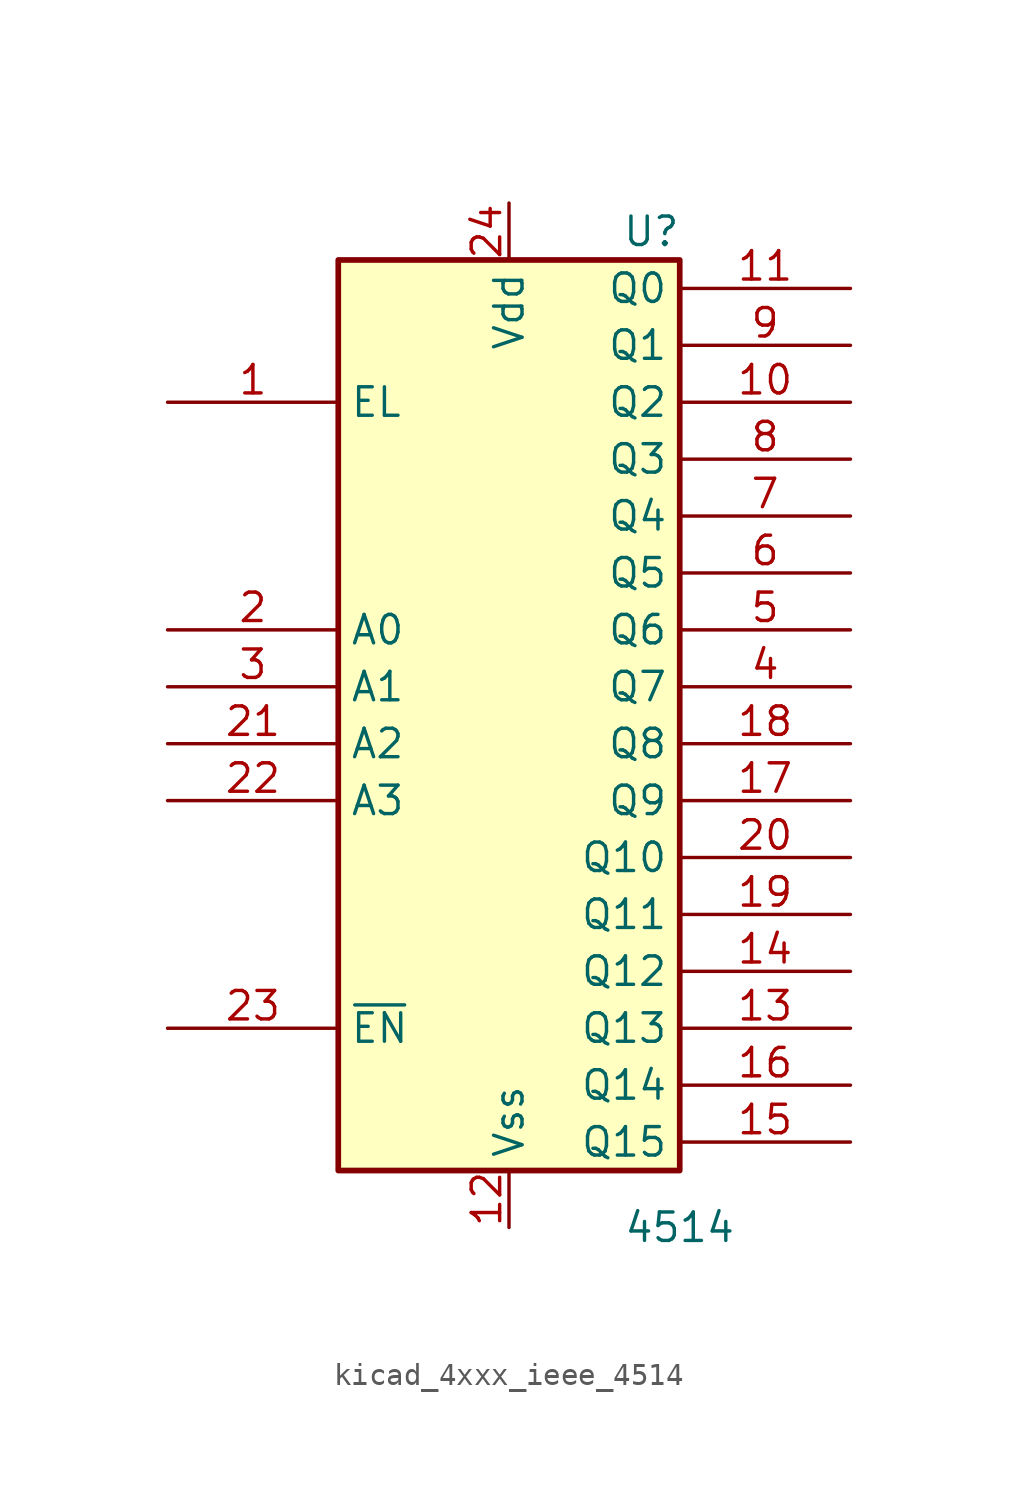
<source format=kicad_sym>
(kicad_symbol_lib
  (version 20220914)
  (generator kicad_symbol_editor)
  (symbol "kicad_4xxx_ieee_4514"
    (property "Reference" "U"
      (at 6.35 21.59 0)
      (effects (font (size 1.27 1.27))))
    (property "Value" "4514"
      (at 7.62 -22.86 0)
      (effects (font (size 1.27 1.27))))
    (symbol "kicad_4xxx_ieee_4514_0_1"
      (rectangle (start 7.62 20.32) (end -7.62 -20.32) (stroke (width 0.254) (type default)) (fill (type background))))
    (symbol "kicad_4xxx_ieee_4514_1_1"
      (pin input line (at -15.24 13.97 0) (length 7.62) (name "EL" (effects (font (size 1.27 1.27)))) (number "1" (effects (font (size 1.27 1.27)))))
      (pin output line (at 15.24 13.97 180) (length 7.62) (name "Q2" (effects (font (size 1.27 1.27)))) (number "10" (effects (font (size 1.27 1.27)))))
      (pin output line (at 15.24 19.05 180) (length 7.62) (name "Q0" (effects (font (size 1.27 1.27)))) (number "11" (effects (font (size 1.27 1.27)))))
      (pin power_in line (at 0 -22.86 90) (length 2.54) (name "Vss" (effects (font (size 1.27 1.27)))) (number "12" (effects (font (size 1.27 1.27)))))
      (pin output line (at 15.24 -13.97 180) (length 7.62) (name "Q13" (effects (font (size 1.27 1.27)))) (number "13" (effects (font (size 1.27 1.27)))))
      (pin output line (at 15.24 -11.43 180) (length 7.62) (name "Q12" (effects (font (size 1.27 1.27)))) (number "14" (effects (font (size 1.27 1.27)))))
      (pin output line (at 15.24 -19.05 180) (length 7.62) (name "Q15" (effects (font (size 1.27 1.27)))) (number "15" (effects (font (size 1.27 1.27)))))
      (pin output line (at 15.24 -16.51 180) (length 7.62) (name "Q14" (effects (font (size 1.27 1.27)))) (number "16" (effects (font (size 1.27 1.27)))))
      (pin output line (at 15.24 -3.81 180) (length 7.62) (name "Q9" (effects (font (size 1.27 1.27)))) (number "17" (effects (font (size 1.27 1.27)))))
      (pin output line (at 15.24 -1.27 180) (length 7.62) (name "Q8" (effects (font (size 1.27 1.27)))) (number "18" (effects (font (size 1.27 1.27)))))
      (pin output line (at 15.24 -8.89 180) (length 7.62) (name "Q11" (effects (font (size 1.27 1.27)))) (number "19" (effects (font (size 1.27 1.27)))))
      (pin input line (at -15.24 3.81 0) (length 7.62) (name "A0" (effects (font (size 1.27 1.27)))) (number "2" (effects (font (size 1.27 1.27)))))
      (pin output line (at 15.24 -6.35 180) (length 7.62) (name "Q10" (effects (font (size 1.27 1.27)))) (number "20" (effects (font (size 1.27 1.27)))))
      (pin input line (at -15.24 -1.27 0) (length 7.62) (name "A2" (effects (font (size 1.27 1.27)))) (number "21" (effects (font (size 1.27 1.27)))))
      (pin input line (at -15.24 -3.81 0) (length 7.62) (name "A3" (effects (font (size 1.27 1.27)))) (number "22" (effects (font (size 1.27 1.27)))))
      (pin input line (at -15.24 -13.97 0) (length 7.62) (name "~{EN}" (effects (font (size 1.27 1.27)))) (number "23" (effects (font (size 1.27 1.27)))))
      (pin power_in line (at 0 22.86 270) (length 2.54) (name "Vdd" (effects (font (size 1.27 1.27)))) (number "24" (effects (font (size 1.27 1.27)))))
      (pin input line (at -15.24 1.27 0) (length 7.62) (name "A1" (effects (font (size 1.27 1.27)))) (number "3" (effects (font (size 1.27 1.27)))))
      (pin output line (at 15.24 1.27 180) (length 7.62) (name "Q7" (effects (font (size 1.27 1.27)))) (number "4" (effects (font (size 1.27 1.27)))))
      (pin output line (at 15.24 3.81 180) (length 7.62) (name "Q6" (effects (font (size 1.27 1.27)))) (number "5" (effects (font (size 1.27 1.27)))))
      (pin output line (at 15.24 6.35 180) (length 7.62) (name "Q5" (effects (font (size 1.27 1.27)))) (number "6" (effects (font (size 1.27 1.27)))))
      (pin output line (at 15.24 8.89 180) (length 7.62) (name "Q4" (effects (font (size 1.27 1.27)))) (number "7" (effects (font (size 1.27 1.27)))))
      (pin output line (at 15.24 11.43 180) (length 7.62) (name "Q3" (effects (font (size 1.27 1.27)))) (number "8" (effects (font (size 1.27 1.27)))))
      (pin output line (at 15.24 16.51 180) (length 7.62) (name "Q1" (effects (font (size 1.27 1.27)))) (number "9" (effects (font (size 1.27 1.27))))))))
</source>
